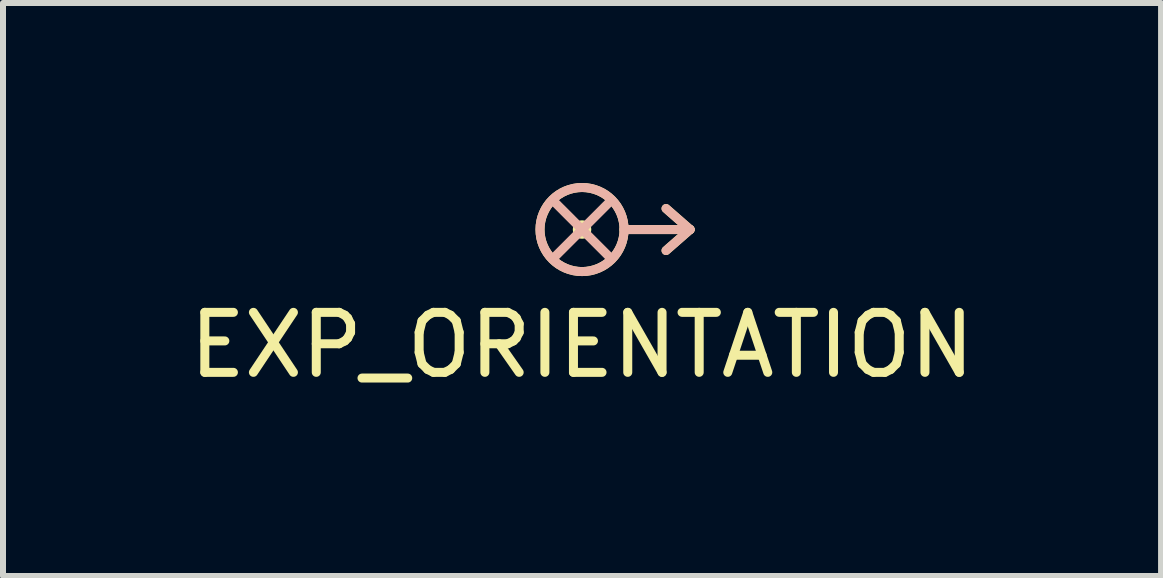
<source format=kicad_pcb>
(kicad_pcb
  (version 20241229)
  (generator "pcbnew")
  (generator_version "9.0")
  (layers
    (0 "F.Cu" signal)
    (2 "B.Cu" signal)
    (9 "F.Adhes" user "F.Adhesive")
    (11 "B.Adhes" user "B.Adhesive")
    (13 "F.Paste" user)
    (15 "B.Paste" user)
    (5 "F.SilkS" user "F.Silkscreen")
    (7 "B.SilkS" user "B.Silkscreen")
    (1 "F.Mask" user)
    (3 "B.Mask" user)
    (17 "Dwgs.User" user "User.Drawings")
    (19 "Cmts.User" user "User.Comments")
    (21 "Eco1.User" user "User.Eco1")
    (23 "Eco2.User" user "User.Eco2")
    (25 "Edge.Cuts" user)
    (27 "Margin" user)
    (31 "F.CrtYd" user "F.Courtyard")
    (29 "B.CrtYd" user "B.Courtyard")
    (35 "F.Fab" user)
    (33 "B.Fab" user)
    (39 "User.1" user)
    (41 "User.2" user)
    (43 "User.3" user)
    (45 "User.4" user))
  (footprint "EXP_ORIENTATION"
    (layer "F.Cu")
    (at 6.649 0.775)
    (property "Reference" "EXP_ORIENTATION" (at 0 1.925 0) (layer "F.SilkS") (effects (font (size 1 1) (thickness 0.15))))
    (attr through_hole)
    (fp_line (start 0.7 0) (end 1.8 0) (stroke (width 0.15) (type solid)) (layer "F.SilkS"))
    (fp_line (start 1.8 0) (end 1.4 -0.35) (stroke (width 0.15) (type solid)) (layer "F.SilkS"))
    (fp_line (start 1.8 0) (end 1.4 0.35) (stroke (width 0.15) (type solid)) (layer "F.SilkS"))
    (fp_circle (center 0 0) (end 0.075 0.025) (stroke (width 0.15) (type solid)) (fill no) (layer "F.SilkS"))
    (fp_circle (center 0 0) (end 0.7 0.025) (stroke (width 0.15) (type solid)) (fill no) (layer "F.SilkS"))
    (fp_line (start 0 0) (end -0.475 -0.475) (stroke (width 0.15) (type solid)) (layer "B.SilkS"))
    (fp_line (start 0 0) (end -0.475 0.475) (stroke (width 0.15) (type solid)) (layer "B.SilkS"))
    (fp_line (start 0 0) (end 0.475 -0.475) (stroke (width 0.15) (type solid)) (layer "B.SilkS"))
    (fp_line (start 0 0) (end 0.475 0.475) (stroke (width 0.15) (type solid)) (layer "B.SilkS"))
    (fp_line (start 0.7 0) (end 1.8 0) (stroke (width 0.15) (type solid)) (layer "B.SilkS"))
    (fp_line (start 1.8 0) (end 1.4 -0.35) (stroke (width 0.15) (type solid)) (layer "B.SilkS"))
    (fp_line (start 1.8 0) (end 1.4 0.35) (stroke (width 0.15) (type solid)) (layer "B.SilkS"))
    (fp_circle (center 0 0) (end 0.7 0.025) (stroke (width 0.15) (type solid)) (fill no) (layer "B.SilkS")))
  (gr_rect
    (start -3 -3)
    (end 16.298 6.549)
    (stroke (width 0.1) (type default))
    (fill no)
    (layer "Edge.Cuts")))
</source>
